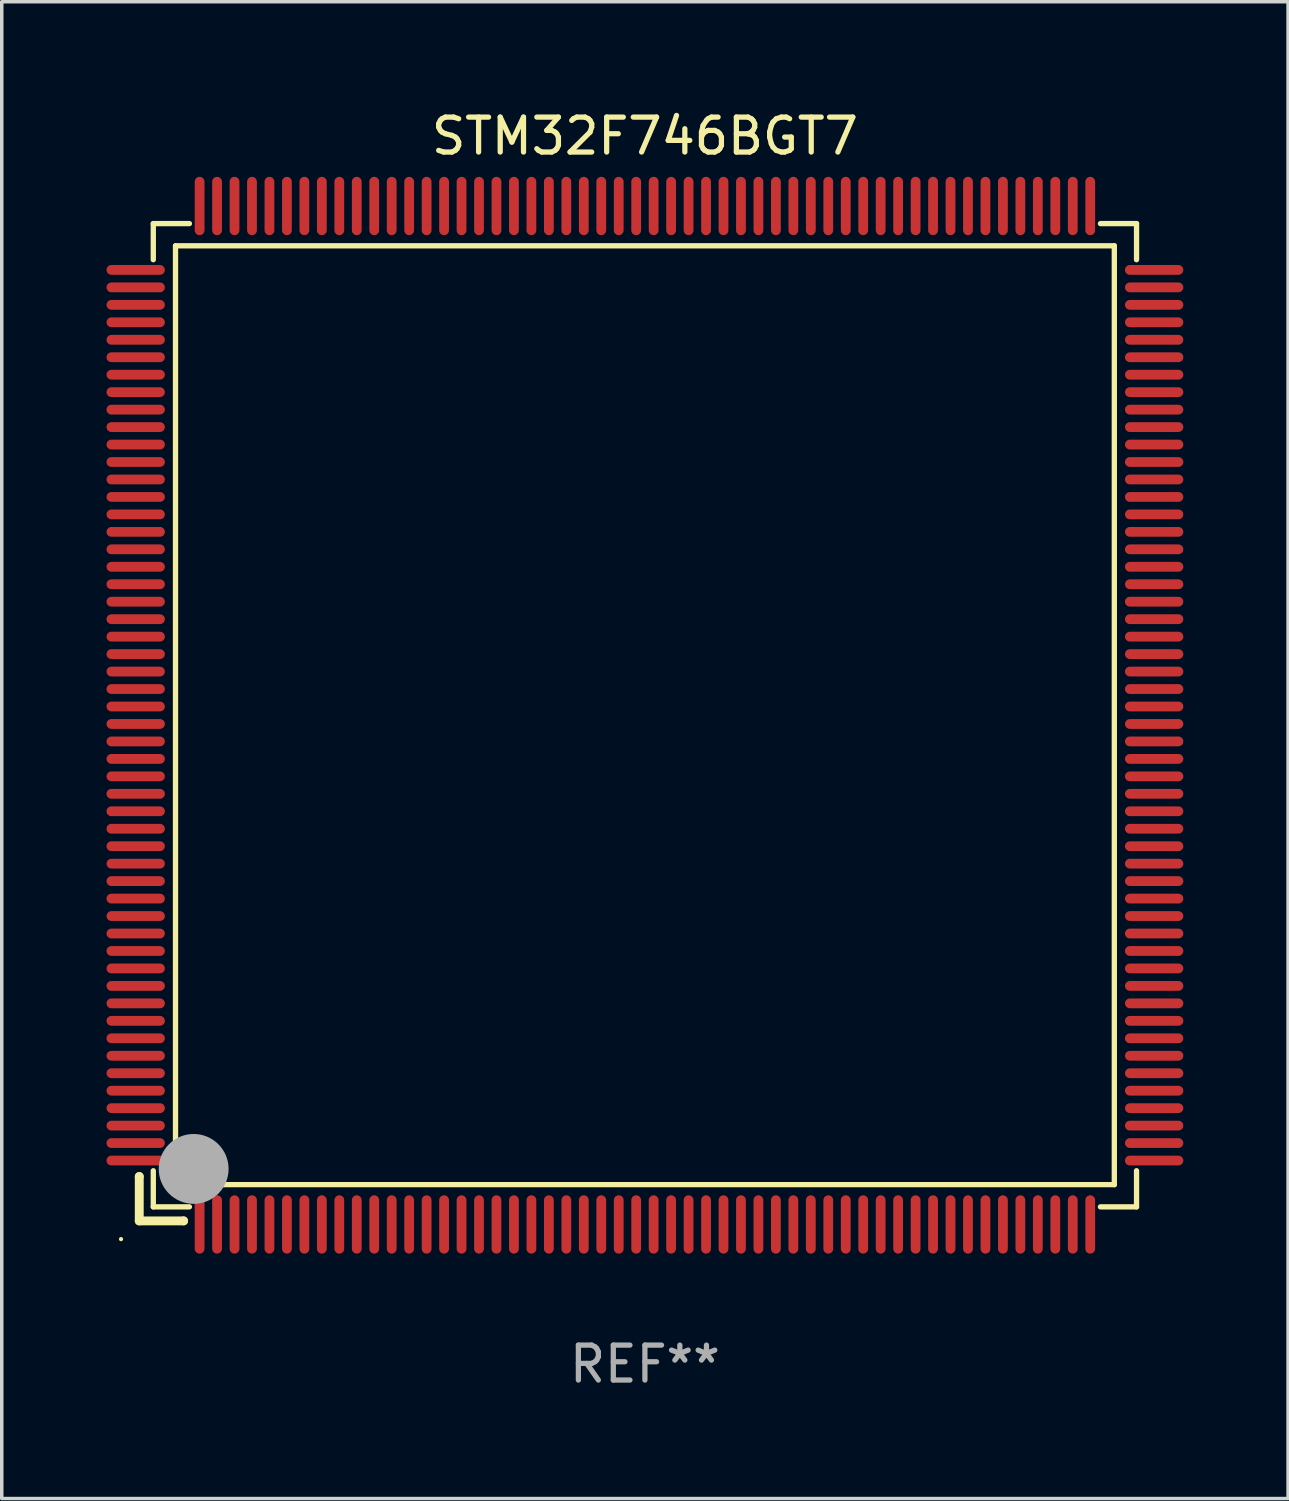
<source format=kicad_pcb>
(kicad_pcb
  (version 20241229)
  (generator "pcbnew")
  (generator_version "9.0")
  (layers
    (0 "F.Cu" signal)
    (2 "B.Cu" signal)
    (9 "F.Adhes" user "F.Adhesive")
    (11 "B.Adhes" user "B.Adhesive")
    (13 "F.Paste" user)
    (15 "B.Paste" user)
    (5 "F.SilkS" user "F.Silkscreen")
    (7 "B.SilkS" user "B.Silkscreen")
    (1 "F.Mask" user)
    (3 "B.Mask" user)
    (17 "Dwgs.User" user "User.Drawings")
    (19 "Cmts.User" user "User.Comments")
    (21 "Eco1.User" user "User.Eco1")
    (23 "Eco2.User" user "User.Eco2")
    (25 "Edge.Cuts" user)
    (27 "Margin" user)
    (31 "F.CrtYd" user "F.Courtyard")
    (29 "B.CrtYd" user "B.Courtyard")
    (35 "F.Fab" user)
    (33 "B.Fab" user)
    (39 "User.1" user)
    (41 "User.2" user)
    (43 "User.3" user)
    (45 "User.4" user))
  (footprint "STM32F746BGT7"
    (layer "F.Cu")
    (at 15.415 17.428)
    (property "Reference" "STM32F746BGT7" (at 0 -16.58 0) (layer "F.SilkS") (effects (font (size 1 1) (thickness 0.15))))
    (attr through_hole)
    (fp_line (start -14.478 13.208) (end -14.478 13.208) (stroke (width 0.254) (type solid)) (layer "F.SilkS"))
    (fp_line (start -14.478 13.208) (end -14.478 14.478) (stroke (width 0.254) (type solid)) (layer "F.SilkS"))
    (fp_line (start -14.478 14.478) (end -13.208 14.478) (stroke (width 0.254) (type solid)) (layer "F.SilkS"))
    (fp_line (start -14.076 -14.076) (end -14.076 -13.042) (stroke (width 0.152) (type solid)) (layer "F.SilkS"))
    (fp_line (start -14.076 14.076) (end -14.076 13.042) (stroke (width 0.152) (type solid)) (layer "F.SilkS"))
    (fp_line (start -13.44 -13.44) (end 13.44 -13.44) (stroke (width 0.152) (type solid)) (layer "F.SilkS"))
    (fp_line (start -13.44 13.44) (end -13.44 -13.44) (stroke (width 0.152) (type solid)) (layer "F.SilkS"))
    (fp_line (start -13.208 14.478) (end -13.208 14.478) (stroke (width 0.254) (type solid)) (layer "F.SilkS"))
    (fp_line (start -13.042 -14.076) (end -14.076 -14.076) (stroke (width 0.152) (type solid)) (layer "F.SilkS"))
    (fp_line (start -13.042 14.076) (end -14.076 14.076) (stroke (width 0.152) (type solid)) (layer "F.SilkS"))
    (fp_line (start 13.042 -14.076) (end 14.076 -14.076) (stroke (width 0.152) (type solid)) (layer "F.SilkS"))
    (fp_line (start 13.042 14.076) (end 14.076 14.076) (stroke (width 0.152) (type solid)) (layer "F.SilkS"))
    (fp_line (start 13.44 -13.44) (end 13.44 13.44) (stroke (width 0.152) (type solid)) (layer "F.SilkS"))
    (fp_line (start 13.44 13.44) (end -13.44 13.44) (stroke (width 0.152) (type solid)) (layer "F.SilkS"))
    (fp_line (start 14.076 -14.076) (end 14.076 -13.042) (stroke (width 0.152) (type solid)) (layer "F.SilkS"))
    (fp_line (start 14.076 14.076) (end 14.076 13.042) (stroke (width 0.152) (type solid)) (layer "F.SilkS"))
    (fp_circle (center -15 15) (end -14.97 15) (stroke (width 0.06) (type solid)) (fill no) (layer "F.SilkS"))
    (fp_circle (center -13.138 13.138) (end -13.063 13.138) (stroke (width 0.15) (type solid)) (fill no) (layer "F.SilkS"))
    (fp_circle (center -12.92 12.99) (end -12.42 12.99) (stroke (width 1) (type solid)) (fill no) (layer "F.Fab"))
    (fp_text user "REF**" (at 0 18.58 0) (layer "F.Fab") (effects (font (size 1 1) (thickness 0.15))))
    (pad "1" smd oval (at -12.75 14.58) (size 0.28 1.67) (layers "F.Cu" "F.Mask" "F.Paste"))
    (pad "2" smd oval (at -12.25 14.58) (size 0.28 1.67) (layers "F.Cu" "F.Mask" "F.Paste"))
    (pad "3" smd oval (at -11.75 14.58) (size 0.28 1.67) (layers "F.Cu" "F.Mask" "F.Paste"))
    (pad "4" smd oval (at -11.25 14.58) (size 0.28 1.67) (layers "F.Cu" "F.Mask" "F.Paste"))
    (pad "5" smd oval (at -10.75 14.58) (size 0.28 1.67) (layers "F.Cu" "F.Mask" "F.Paste"))
    (pad "6" smd oval (at -10.25 14.58) (size 0.28 1.67) (layers "F.Cu" "F.Mask" "F.Paste"))
    (pad "7" smd oval (at -9.75 14.58) (size 0.28 1.67) (layers "F.Cu" "F.Mask" "F.Paste"))
    (pad "8" smd oval (at -9.25 14.58) (size 0.28 1.67) (layers "F.Cu" "F.Mask" "F.Paste"))
    (pad "9" smd oval (at -8.75 14.58) (size 0.28 1.67) (layers "F.Cu" "F.Mask" "F.Paste"))
    (pad "10" smd oval (at -8.25 14.58) (size 0.28 1.67) (layers "F.Cu" "F.Mask" "F.Paste"))
    (pad "11" smd oval (at -7.75 14.58) (size 0.28 1.67) (layers "F.Cu" "F.Mask" "F.Paste"))
    (pad "12" smd oval (at -7.25 14.58) (size 0.28 1.67) (layers "F.Cu" "F.Mask" "F.Paste"))
    (pad "13" smd oval (at -6.75 14.58) (size 0.28 1.67) (layers "F.Cu" "F.Mask" "F.Paste"))
    (pad "14" smd oval (at -6.25 14.58) (size 0.28 1.67) (layers "F.Cu" "F.Mask" "F.Paste"))
    (pad "15" smd oval (at -5.75 14.58) (size 0.28 1.67) (layers "F.Cu" "F.Mask" "F.Paste"))
    (pad "16" smd oval (at -5.25 14.58) (size 0.28 1.67) (layers "F.Cu" "F.Mask" "F.Paste"))
    (pad "17" smd oval (at -4.75 14.58) (size 0.28 1.67) (layers "F.Cu" "F.Mask" "F.Paste"))
    (pad "18" smd oval (at -4.25 14.58) (size 0.28 1.67) (layers "F.Cu" "F.Mask" "F.Paste"))
    (pad "19" smd oval (at -3.75 14.58) (size 0.28 1.67) (layers "F.Cu" "F.Mask" "F.Paste"))
    (pad "20" smd oval (at -3.25 14.58) (size 0.28 1.67) (layers "F.Cu" "F.Mask" "F.Paste"))
    (pad "21" smd oval (at -2.75 14.58) (size 0.28 1.67) (layers "F.Cu" "F.Mask" "F.Paste"))
    (pad "22" smd oval (at -2.25 14.58) (size 0.28 1.67) (layers "F.Cu" "F.Mask" "F.Paste"))
    (pad "23" smd oval (at -1.75 14.58) (size 0.28 1.67) (layers "F.Cu" "F.Mask" "F.Paste"))
    (pad "24" smd oval (at -1.25 14.58) (size 0.28 1.67) (layers "F.Cu" "F.Mask" "F.Paste"))
    (pad "25" smd oval (at -0.75 14.58) (size 0.28 1.67) (layers "F.Cu" "F.Mask" "F.Paste"))
    (pad "26" smd oval (at -0.25 14.58) (size 0.28 1.67) (layers "F.Cu" "F.Mask" "F.Paste"))
    (pad "27" smd oval (at 0.25 14.58) (size 0.28 1.67) (layers "F.Cu" "F.Mask" "F.Paste"))
    (pad "28" smd oval (at 0.75 14.58) (size 0.28 1.67) (layers "F.Cu" "F.Mask" "F.Paste"))
    (pad "29" smd oval (at 1.25 14.58) (size 0.28 1.67) (layers "F.Cu" "F.Mask" "F.Paste"))
    (pad "30" smd oval (at 1.75 14.58) (size 0.28 1.67) (layers "F.Cu" "F.Mask" "F.Paste"))
    (pad "31" smd oval (at 2.25 14.58) (size 0.28 1.67) (layers "F.Cu" "F.Mask" "F.Paste"))
    (pad "32" smd oval (at 2.75 14.58) (size 0.28 1.67) (layers "F.Cu" "F.Mask" "F.Paste"))
    (pad "33" smd oval (at 3.25 14.58) (size 0.28 1.67) (layers "F.Cu" "F.Mask" "F.Paste"))
    (pad "34" smd oval (at 3.75 14.58) (size 0.28 1.67) (layers "F.Cu" "F.Mask" "F.Paste"))
    (pad "35" smd oval (at 4.25 14.58) (size 0.28 1.67) (layers "F.Cu" "F.Mask" "F.Paste"))
    (pad "36" smd oval (at 4.75 14.58) (size 0.28 1.67) (layers "F.Cu" "F.Mask" "F.Paste"))
    (pad "37" smd oval (at 5.25 14.58) (size 0.28 1.67) (layers "F.Cu" "F.Mask" "F.Paste"))
    (pad "38" smd oval (at 5.75 14.58) (size 0.28 1.67) (layers "F.Cu" "F.Mask" "F.Paste"))
    (pad "39" smd oval (at 6.25 14.58) (size 0.28 1.67) (layers "F.Cu" "F.Mask" "F.Paste"))
    (pad "40" smd oval (at 6.75 14.58) (size 0.28 1.67) (layers "F.Cu" "F.Mask" "F.Paste"))
    (pad "41" smd oval (at 7.25 14.58) (size 0.28 1.67) (layers "F.Cu" "F.Mask" "F.Paste"))
    (pad "42" smd oval (at 7.75 14.58) (size 0.28 1.67) (layers "F.Cu" "F.Mask" "F.Paste"))
    (pad "43" smd oval (at 8.25 14.58) (size 0.28 1.67) (layers "F.Cu" "F.Mask" "F.Paste"))
    (pad "44" smd oval (at 8.75 14.58) (size 0.28 1.67) (layers "F.Cu" "F.Mask" "F.Paste"))
    (pad "45" smd oval (at 9.25 14.58) (size 0.28 1.67) (layers "F.Cu" "F.Mask" "F.Paste"))
    (pad "46" smd oval (at 9.75 14.58) (size 0.28 1.67) (layers "F.Cu" "F.Mask" "F.Paste"))
    (pad "47" smd oval (at 10.25 14.58) (size 0.28 1.67) (layers "F.Cu" "F.Mask" "F.Paste"))
    (pad "48" smd oval (at 10.75 14.58) (size 0.28 1.67) (layers "F.Cu" "F.Mask" "F.Paste"))
    (pad "49" smd oval (at 11.25 14.58) (size 0.28 1.67) (layers "F.Cu" "F.Mask" "F.Paste"))
    (pad "50" smd oval (at 11.75 14.58) (size 0.28 1.67) (layers "F.Cu" "F.Mask" "F.Paste"))
    (pad "51" smd oval (at 12.25 14.58) (size 0.28 1.67) (layers "F.Cu" "F.Mask" "F.Paste"))
    (pad "52" smd oval (at 12.75 14.58) (size 0.28 1.67) (layers "F.Cu" "F.Mask" "F.Paste"))
    (pad "53" smd oval (at 14.58 12.75) (size 1.67 0.28) (layers "F.Cu" "F.Mask" "F.Paste"))
    (pad "54" smd oval (at 14.58 12.25) (size 1.67 0.28) (layers "F.Cu" "F.Mask" "F.Paste"))
    (pad "55" smd oval (at 14.58 11.75) (size 1.67 0.28) (layers "F.Cu" "F.Mask" "F.Paste"))
    (pad "56" smd oval (at 14.58 11.25) (size 1.67 0.28) (layers "F.Cu" "F.Mask" "F.Paste"))
    (pad "57" smd oval (at 14.58 10.75) (size 1.67 0.28) (layers "F.Cu" "F.Mask" "F.Paste"))
    (pad "58" smd oval (at 14.58 10.25) (size 1.67 0.28) (layers "F.Cu" "F.Mask" "F.Paste"))
    (pad "59" smd oval (at 14.58 9.75) (size 1.67 0.28) (layers "F.Cu" "F.Mask" "F.Paste"))
    (pad "60" smd oval (at 14.58 9.25) (size 1.67 0.28) (layers "F.Cu" "F.Mask" "F.Paste"))
    (pad "61" smd oval (at 14.58 8.75) (size 1.67 0.28) (layers "F.Cu" "F.Mask" "F.Paste"))
    (pad "62" smd oval (at 14.58 8.25) (size 1.67 0.28) (layers "F.Cu" "F.Mask" "F.Paste"))
    (pad "63" smd oval (at 14.58 7.75) (size 1.67 0.28) (layers "F.Cu" "F.Mask" "F.Paste"))
    (pad "64" smd oval (at 14.58 7.25) (size 1.67 0.28) (layers "F.Cu" "F.Mask" "F.Paste"))
    (pad "65" smd oval (at 14.58 6.75) (size 1.67 0.28) (layers "F.Cu" "F.Mask" "F.Paste"))
    (pad "66" smd oval (at 14.58 6.25) (size 1.67 0.28) (layers "F.Cu" "F.Mask" "F.Paste"))
    (pad "67" smd oval (at 14.58 5.75) (size 1.67 0.28) (layers "F.Cu" "F.Mask" "F.Paste"))
    (pad "68" smd oval (at 14.58 5.25) (size 1.67 0.28) (layers "F.Cu" "F.Mask" "F.Paste"))
    (pad "69" smd oval (at 14.58 4.75) (size 1.67 0.28) (layers "F.Cu" "F.Mask" "F.Paste"))
    (pad "70" smd oval (at 14.58 4.25) (size 1.67 0.28) (layers "F.Cu" "F.Mask" "F.Paste"))
    (pad "71" smd oval (at 14.58 3.75) (size 1.67 0.28) (layers "F.Cu" "F.Mask" "F.Paste"))
    (pad "72" smd oval (at 14.58 3.25) (size 1.67 0.28) (layers "F.Cu" "F.Mask" "F.Paste"))
    (pad "73" smd oval (at 14.58 2.75) (size 1.67 0.28) (layers "F.Cu" "F.Mask" "F.Paste"))
    (pad "74" smd oval (at 14.58 2.25) (size 1.67 0.28) (layers "F.Cu" "F.Mask" "F.Paste"))
    (pad "75" smd oval (at 14.58 1.75) (size 1.67 0.28) (layers "F.Cu" "F.Mask" "F.Paste"))
    (pad "76" smd oval (at 14.58 1.25) (size 1.67 0.28) (layers "F.Cu" "F.Mask" "F.Paste"))
    (pad "77" smd oval (at 14.58 0.75) (size 1.67 0.28) (layers "F.Cu" "F.Mask" "F.Paste"))
    (pad "78" smd oval (at 14.58 0.25) (size 1.67 0.28) (layers "F.Cu" "F.Mask" "F.Paste"))
    (pad "79" smd oval (at 14.58 -0.25) (size 1.67 0.28) (layers "F.Cu" "F.Mask" "F.Paste"))
    (pad "80" smd oval (at 14.58 -0.75) (size 1.67 0.28) (layers "F.Cu" "F.Mask" "F.Paste"))
    (pad "81" smd oval (at 14.58 -1.25) (size 1.67 0.28) (layers "F.Cu" "F.Mask" "F.Paste"))
    (pad "82" smd oval (at 14.58 -1.75) (size 1.67 0.28) (layers "F.Cu" "F.Mask" "F.Paste"))
    (pad "83" smd oval (at 14.58 -2.25) (size 1.67 0.28) (layers "F.Cu" "F.Mask" "F.Paste"))
    (pad "84" smd oval (at 14.58 -2.75) (size 1.67 0.28) (layers "F.Cu" "F.Mask" "F.Paste"))
    (pad "85" smd oval (at 14.58 -3.25) (size 1.67 0.28) (layers "F.Cu" "F.Mask" "F.Paste"))
    (pad "86" smd oval (at 14.58 -3.75) (size 1.67 0.28) (layers "F.Cu" "F.Mask" "F.Paste"))
    (pad "87" smd oval (at 14.58 -4.25) (size 1.67 0.28) (layers "F.Cu" "F.Mask" "F.Paste"))
    (pad "88" smd oval (at 14.58 -4.75) (size 1.67 0.28) (layers "F.Cu" "F.Mask" "F.Paste"))
    (pad "89" smd oval (at 14.58 -5.25) (size 1.67 0.28) (layers "F.Cu" "F.Mask" "F.Paste"))
    (pad "90" smd oval (at 14.58 -5.75) (size 1.67 0.28) (layers "F.Cu" "F.Mask" "F.Paste"))
    (pad "91" smd oval (at 14.58 -6.25) (size 1.67 0.28) (layers "F.Cu" "F.Mask" "F.Paste"))
    (pad "92" smd oval (at 14.58 -6.75) (size 1.67 0.28) (layers "F.Cu" "F.Mask" "F.Paste"))
    (pad "93" smd oval (at 14.58 -7.25) (size 1.67 0.28) (layers "F.Cu" "F.Mask" "F.Paste"))
    (pad "94" smd oval (at 14.58 -7.75) (size 1.67 0.28) (layers "F.Cu" "F.Mask" "F.Paste"))
    (pad "95" smd oval (at 14.58 -8.25) (size 1.67 0.28) (layers "F.Cu" "F.Mask" "F.Paste"))
    (pad "96" smd oval (at 14.58 -8.75) (size 1.67 0.28) (layers "F.Cu" "F.Mask" "F.Paste"))
    (pad "97" smd oval (at 14.58 -9.25) (size 1.67 0.28) (layers "F.Cu" "F.Mask" "F.Paste"))
    (pad "98" smd oval (at 14.58 -9.75) (size 1.67 0.28) (layers "F.Cu" "F.Mask" "F.Paste"))
    (pad "99" smd oval (at 14.58 -10.25) (size 1.67 0.28) (layers "F.Cu" "F.Mask" "F.Paste"))
    (pad "100" smd oval (at 14.58 -10.75) (size 1.67 0.28) (layers "F.Cu" "F.Mask" "F.Paste"))
    (pad "101" smd oval (at 14.58 -11.25) (size 1.67 0.28) (layers "F.Cu" "F.Mask" "F.Paste"))
    (pad "102" smd oval (at 14.58 -11.75) (size 1.67 0.28) (layers "F.Cu" "F.Mask" "F.Paste"))
    (pad "103" smd oval (at 14.58 -12.25) (size 1.67 0.28) (layers "F.Cu" "F.Mask" "F.Paste"))
    (pad "104" smd oval (at 14.58 -12.75) (size 1.67 0.28) (layers "F.Cu" "F.Mask" "F.Paste"))
    (pad "105" smd oval (at 12.75 -14.58) (size 0.28 1.67) (layers "F.Cu" "F.Mask" "F.Paste"))
    (pad "106" smd oval (at 12.25 -14.58) (size 0.28 1.67) (layers "F.Cu" "F.Mask" "F.Paste"))
    (pad "107" smd oval (at 11.75 -14.58) (size 0.28 1.67) (layers "F.Cu" "F.Mask" "F.Paste"))
    (pad "108" smd oval (at 11.25 -14.58) (size 0.28 1.67) (layers "F.Cu" "F.Mask" "F.Paste"))
    (pad "109" smd oval (at 10.75 -14.58) (size 0.28 1.67) (layers "F.Cu" "F.Mask" "F.Paste"))
    (pad "110" smd oval (at 10.25 -14.58) (size 0.28 1.67) (layers "F.Cu" "F.Mask" "F.Paste"))
    (pad "111" smd oval (at 9.75 -14.58) (size 0.28 1.67) (layers "F.Cu" "F.Mask" "F.Paste"))
    (pad "112" smd oval (at 9.25 -14.58) (size 0.28 1.67) (layers "F.Cu" "F.Mask" "F.Paste"))
    (pad "113" smd oval (at 8.75 -14.58) (size 0.28 1.67) (layers "F.Cu" "F.Mask" "F.Paste"))
    (pad "114" smd oval (at 8.25 -14.58) (size 0.28 1.67) (layers "F.Cu" "F.Mask" "F.Paste"))
    (pad "115" smd oval (at 7.75 -14.58) (size 0.28 1.67) (layers "F.Cu" "F.Mask" "F.Paste"))
    (pad "116" smd oval (at 7.25 -14.58) (size 0.28 1.67) (layers "F.Cu" "F.Mask" "F.Paste"))
    (pad "117" smd oval (at 6.75 -14.58) (size 0.28 1.67) (layers "F.Cu" "F.Mask" "F.Paste"))
    (pad "118" smd oval (at 6.25 -14.58) (size 0.28 1.67) (layers "F.Cu" "F.Mask" "F.Paste"))
    (pad "119" smd oval (at 5.75 -14.58) (size 0.28 1.67) (layers "F.Cu" "F.Mask" "F.Paste"))
    (pad "120" smd oval (at 5.25 -14.58) (size 0.28 1.67) (layers "F.Cu" "F.Mask" "F.Paste"))
    (pad "121" smd oval (at 4.75 -14.58) (size 0.28 1.67) (layers "F.Cu" "F.Mask" "F.Paste"))
    (pad "122" smd oval (at 4.25 -14.58) (size 0.28 1.67) (layers "F.Cu" "F.Mask" "F.Paste"))
    (pad "123" smd oval (at 3.75 -14.58) (size 0.28 1.67) (layers "F.Cu" "F.Mask" "F.Paste"))
    (pad "124" smd oval (at 3.25 -14.58) (size 0.28 1.67) (layers "F.Cu" "F.Mask" "F.Paste"))
    (pad "125" smd oval (at 2.75 -14.58) (size 0.28 1.67) (layers "F.Cu" "F.Mask" "F.Paste"))
    (pad "126" smd oval (at 2.25 -14.58) (size 0.28 1.67) (layers "F.Cu" "F.Mask" "F.Paste"))
    (pad "127" smd oval (at 1.75 -14.58) (size 0.28 1.67) (layers "F.Cu" "F.Mask" "F.Paste"))
    (pad "128" smd oval (at 1.25 -14.58) (size 0.28 1.67) (layers "F.Cu" "F.Mask" "F.Paste"))
    (pad "129" smd oval (at 0.75 -14.58) (size 0.28 1.67) (layers "F.Cu" "F.Mask" "F.Paste"))
    (pad "130" smd oval (at 0.25 -14.58) (size 0.28 1.67) (layers "F.Cu" "F.Mask" "F.Paste"))
    (pad "131" smd oval (at -0.25 -14.58) (size 0.28 1.67) (layers "F.Cu" "F.Mask" "F.Paste"))
    (pad "132" smd oval (at -0.75 -14.58) (size 0.28 1.67) (layers "F.Cu" "F.Mask" "F.Paste"))
    (pad "133" smd oval (at -1.25 -14.58) (size 0.28 1.67) (layers "F.Cu" "F.Mask" "F.Paste"))
    (pad "134" smd oval (at -1.75 -14.58) (size 0.28 1.67) (layers "F.Cu" "F.Mask" "F.Paste"))
    (pad "135" smd oval (at -2.25 -14.58) (size 0.28 1.67) (layers "F.Cu" "F.Mask" "F.Paste"))
    (pad "136" smd oval (at -2.75 -14.58) (size 0.28 1.67) (layers "F.Cu" "F.Mask" "F.Paste"))
    (pad "137" smd oval (at -3.25 -14.58) (size 0.28 1.67) (layers "F.Cu" "F.Mask" "F.Paste"))
    (pad "138" smd oval (at -3.75 -14.58) (size 0.28 1.67) (layers "F.Cu" "F.Mask" "F.Paste"))
    (pad "139" smd oval (at -4.25 -14.58) (size 0.28 1.67) (layers "F.Cu" "F.Mask" "F.Paste"))
    (pad "140" smd oval (at -4.75 -14.58) (size 0.28 1.67) (layers "F.Cu" "F.Mask" "F.Paste"))
    (pad "141" smd oval (at -5.25 -14.58) (size 0.28 1.67) (layers "F.Cu" "F.Mask" "F.Paste"))
    (pad "142" smd oval (at -5.75 -14.58) (size 0.28 1.67) (layers "F.Cu" "F.Mask" "F.Paste"))
    (pad "143" smd oval (at -6.25 -14.58) (size 0.28 1.67) (layers "F.Cu" "F.Mask" "F.Paste"))
    (pad "144" smd oval (at -6.75 -14.58) (size 0.28 1.67) (layers "F.Cu" "F.Mask" "F.Paste"))
    (pad "145" smd oval (at -7.25 -14.58) (size 0.28 1.67) (layers "F.Cu" "F.Mask" "F.Paste"))
    (pad "146" smd oval (at -7.75 -14.58) (size 0.28 1.67) (layers "F.Cu" "F.Mask" "F.Paste"))
    (pad "147" smd oval (at -8.25 -14.58) (size 0.28 1.67) (layers "F.Cu" "F.Mask" "F.Paste"))
    (pad "148" smd oval (at -8.75 -14.58) (size 0.28 1.67) (layers "F.Cu" "F.Mask" "F.Paste"))
    (pad "149" smd oval (at -9.25 -14.58) (size 0.28 1.67) (layers "F.Cu" "F.Mask" "F.Paste"))
    (pad "150" smd oval (at -9.75 -14.58) (size 0.28 1.67) (layers "F.Cu" "F.Mask" "F.Paste"))
    (pad "151" smd oval (at -10.25 -14.58) (size 0.28 1.67) (layers "F.Cu" "F.Mask" "F.Paste"))
    (pad "152" smd oval (at -10.75 -14.58) (size 0.28 1.67) (layers "F.Cu" "F.Mask" "F.Paste"))
    (pad "153" smd oval (at -11.25 -14.58) (size 0.28 1.67) (layers "F.Cu" "F.Mask" "F.Paste"))
    (pad "154" smd oval (at -11.75 -14.58) (size 0.28 1.67) (layers "F.Cu" "F.Mask" "F.Paste"))
    (pad "155" smd oval (at -12.25 -14.58) (size 0.28 1.67) (layers "F.Cu" "F.Mask" "F.Paste"))
    (pad "156" smd oval (at -12.75 -14.58) (size 0.28 1.67) (layers "F.Cu" "F.Mask" "F.Paste"))
    (pad "157" smd oval (at -14.58 -12.75) (size 1.67 0.28) (layers "F.Cu" "F.Mask" "F.Paste"))
    (pad "158" smd oval (at -14.58 -12.25) (size 1.67 0.28) (layers "F.Cu" "F.Mask" "F.Paste"))
    (pad "159" smd oval (at -14.58 -11.75) (size 1.67 0.28) (layers "F.Cu" "F.Mask" "F.Paste"))
    (pad "160" smd oval (at -14.58 -11.25) (size 1.67 0.28) (layers "F.Cu" "F.Mask" "F.Paste"))
    (pad "161" smd oval (at -14.58 -10.75) (size 1.67 0.28) (layers "F.Cu" "F.Mask" "F.Paste"))
    (pad "162" smd oval (at -14.58 -10.25) (size 1.67 0.28) (layers "F.Cu" "F.Mask" "F.Paste"))
    (pad "163" smd oval (at -14.58 -9.75) (size 1.67 0.28) (layers "F.Cu" "F.Mask" "F.Paste"))
    (pad "164" smd oval (at -14.58 -9.25) (size 1.67 0.28) (layers "F.Cu" "F.Mask" "F.Paste"))
    (pad "165" smd oval (at -14.58 -8.75) (size 1.67 0.28) (layers "F.Cu" "F.Mask" "F.Paste"))
    (pad "166" smd oval (at -14.58 -8.25) (size 1.67 0.28) (layers "F.Cu" "F.Mask" "F.Paste"))
    (pad "167" smd oval (at -14.58 -7.75) (size 1.67 0.28) (layers "F.Cu" "F.Mask" "F.Paste"))
    (pad "168" smd oval (at -14.58 -7.25) (size 1.67 0.28) (layers "F.Cu" "F.Mask" "F.Paste"))
    (pad "169" smd oval (at -14.58 -6.75) (size 1.67 0.28) (layers "F.Cu" "F.Mask" "F.Paste"))
    (pad "170" smd oval (at -14.58 -6.25) (size 1.67 0.28) (layers "F.Cu" "F.Mask" "F.Paste"))
    (pad "171" smd oval (at -14.58 -5.75) (size 1.67 0.28) (layers "F.Cu" "F.Mask" "F.Paste"))
    (pad "172" smd oval (at -14.58 -5.25) (size 1.67 0.28) (layers "F.Cu" "F.Mask" "F.Paste"))
    (pad "173" smd oval (at -14.58 -4.75) (size 1.67 0.28) (layers "F.Cu" "F.Mask" "F.Paste"))
    (pad "174" smd oval (at -14.58 -4.25) (size 1.67 0.28) (layers "F.Cu" "F.Mask" "F.Paste"))
    (pad "175" smd oval (at -14.58 -3.75) (size 1.67 0.28) (layers "F.Cu" "F.Mask" "F.Paste"))
    (pad "176" smd oval (at -14.58 -3.25) (size 1.67 0.28) (layers "F.Cu" "F.Mask" "F.Paste"))
    (pad "177" smd oval (at -14.58 -2.75) (size 1.67 0.28) (layers "F.Cu" "F.Mask" "F.Paste"))
    (pad "178" smd oval (at -14.58 -2.25) (size 1.67 0.28) (layers "F.Cu" "F.Mask" "F.Paste"))
    (pad "179" smd oval (at -14.58 -1.75) (size 1.67 0.28) (layers "F.Cu" "F.Mask" "F.Paste"))
    (pad "180" smd oval (at -14.58 -1.25) (size 1.67 0.28) (layers "F.Cu" "F.Mask" "F.Paste"))
    (pad "181" smd oval (at -14.58 -0.75) (size 1.67 0.28) (layers "F.Cu" "F.Mask" "F.Paste"))
    (pad "182" smd oval (at -14.58 -0.25) (size 1.67 0.28) (layers "F.Cu" "F.Mask" "F.Paste"))
    (pad "183" smd oval (at -14.58 0.25) (size 1.67 0.28) (layers "F.Cu" "F.Mask" "F.Paste"))
    (pad "184" smd oval (at -14.58 0.75) (size 1.67 0.28) (layers "F.Cu" "F.Mask" "F.Paste"))
    (pad "185" smd oval (at -14.58 1.25) (size 1.67 0.28) (layers "F.Cu" "F.Mask" "F.Paste"))
    (pad "186" smd oval (at -14.58 1.75) (size 1.67 0.28) (layers "F.Cu" "F.Mask" "F.Paste"))
    (pad "187" smd oval (at -14.58 2.25) (size 1.67 0.28) (layers "F.Cu" "F.Mask" "F.Paste"))
    (pad "188" smd oval (at -14.58 2.75) (size 1.67 0.28) (layers "F.Cu" "F.Mask" "F.Paste"))
    (pad "189" smd oval (at -14.58 3.25) (size 1.67 0.28) (layers "F.Cu" "F.Mask" "F.Paste"))
    (pad "190" smd oval (at -14.58 3.75) (size 1.67 0.28) (layers "F.Cu" "F.Mask" "F.Paste"))
    (pad "191" smd oval (at -14.58 4.25) (size 1.67 0.28) (layers "F.Cu" "F.Mask" "F.Paste"))
    (pad "192" smd oval (at -14.58 4.75) (size 1.67 0.28) (layers "F.Cu" "F.Mask" "F.Paste"))
    (pad "193" smd oval (at -14.58 5.25) (size 1.67 0.28) (layers "F.Cu" "F.Mask" "F.Paste"))
    (pad "194" smd oval (at -14.58 5.75) (size 1.67 0.28) (layers "F.Cu" "F.Mask" "F.Paste"))
    (pad "195" smd oval (at -14.58 6.25) (size 1.67 0.28) (layers "F.Cu" "F.Mask" "F.Paste"))
    (pad "196" smd oval (at -14.58 6.75) (size 1.67 0.28) (layers "F.Cu" "F.Mask" "F.Paste"))
    (pad "197" smd oval (at -14.58 7.25) (size 1.67 0.28) (layers "F.Cu" "F.Mask" "F.Paste"))
    (pad "198" smd oval (at -14.58 7.75) (size 1.67 0.28) (layers "F.Cu" "F.Mask" "F.Paste"))
    (pad "199" smd oval (at -14.58 8.25) (size 1.67 0.28) (layers "F.Cu" "F.Mask" "F.Paste"))
    (pad "200" smd oval (at -14.58 8.75) (size 1.67 0.28) (layers "F.Cu" "F.Mask" "F.Paste"))
    (pad "201" smd oval (at -14.58 9.25) (size 1.67 0.28) (layers "F.Cu" "F.Mask" "F.Paste"))
    (pad "202" smd oval (at -14.58 9.75) (size 1.67 0.28) (layers "F.Cu" "F.Mask" "F.Paste"))
    (pad "203" smd oval (at -14.58 10.25) (size 1.67 0.28) (layers "F.Cu" "F.Mask" "F.Paste"))
    (pad "204" smd oval (at -14.58 10.75) (size 1.67 0.28) (layers "F.Cu" "F.Mask" "F.Paste"))
    (pad "205" smd oval (at -14.58 11.25) (size 1.67 0.28) (layers "F.Cu" "F.Mask" "F.Paste"))
    (pad "206" smd oval (at -14.58 11.75) (size 1.67 0.28) (layers "F.Cu" "F.Mask" "F.Paste"))
    (pad "207" smd oval (at -14.58 12.25) (size 1.67 0.28) (layers "F.Cu" "F.Mask" "F.Paste"))
    (pad "208" smd oval (at -14.58 12.75) (size 1.67 0.28) (layers "F.Cu" "F.Mask" "F.Paste")))
  (gr_rect
    (start -3 -3)
    (end 33.83 39.856)
    (stroke (width 0.1) (type default))
    (fill no)
    (layer "Edge.Cuts")))
</source>
